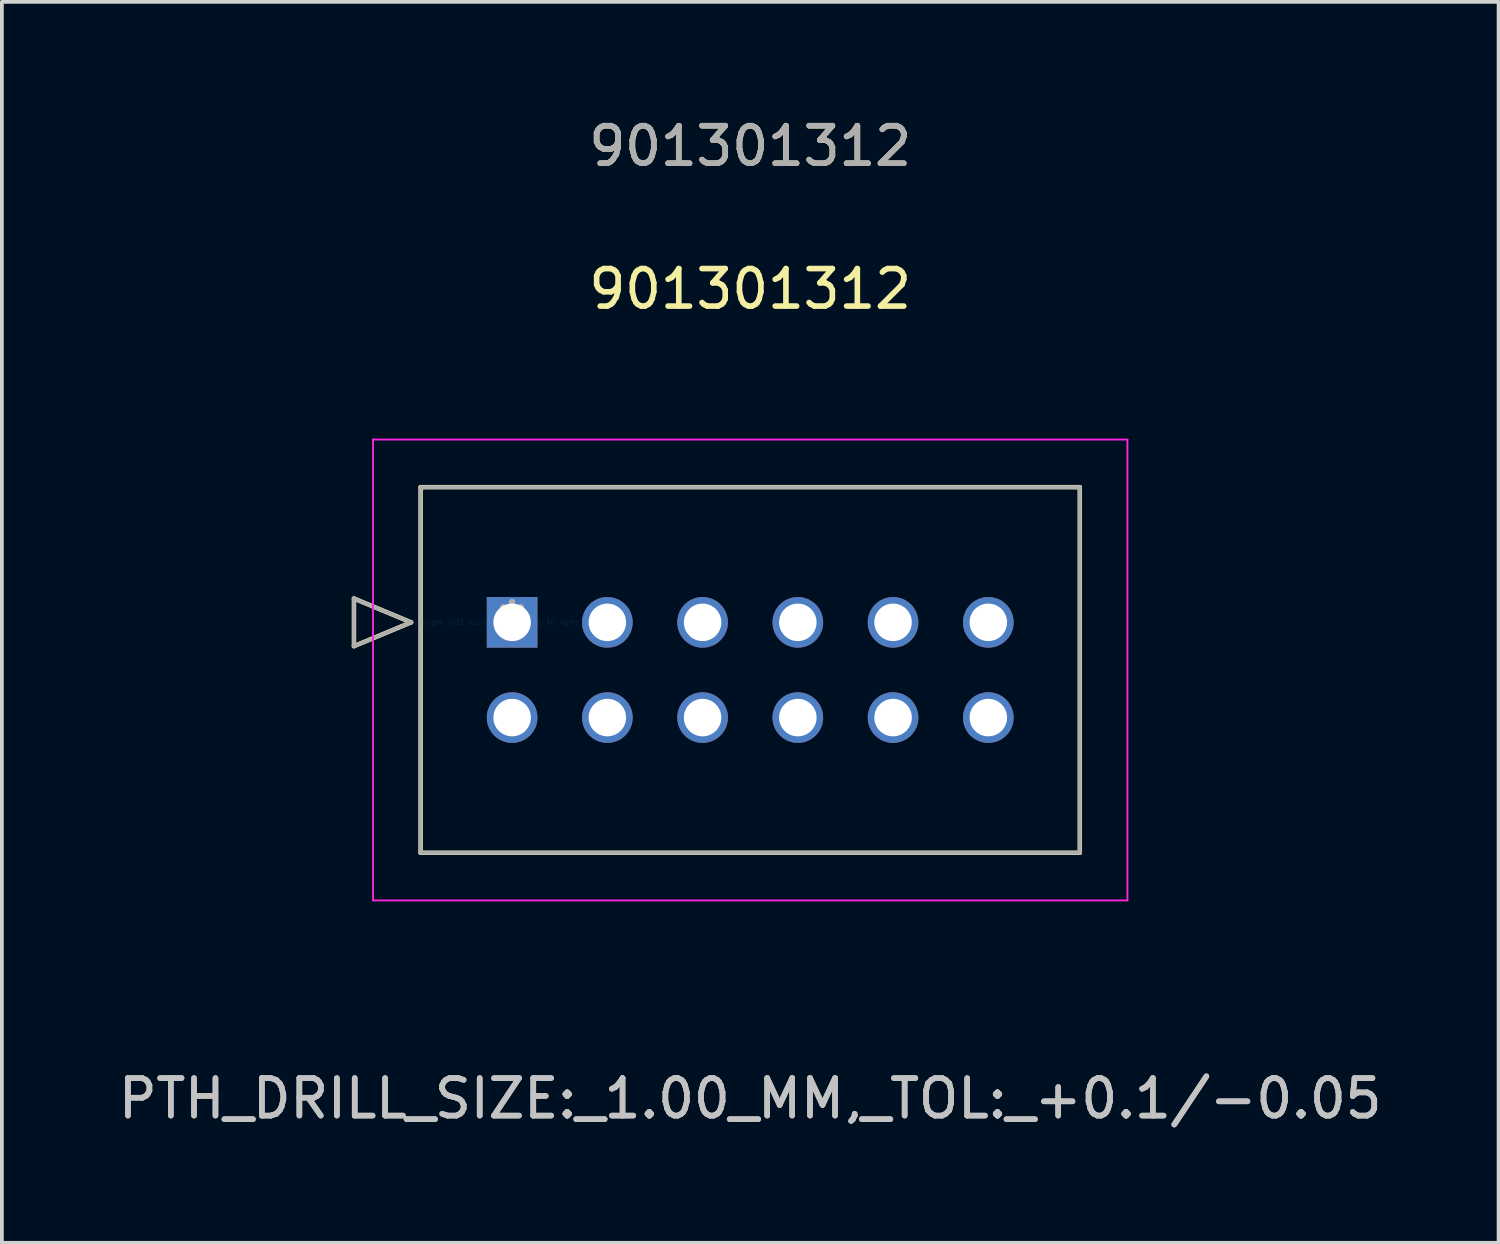
<source format=kicad_pcb>
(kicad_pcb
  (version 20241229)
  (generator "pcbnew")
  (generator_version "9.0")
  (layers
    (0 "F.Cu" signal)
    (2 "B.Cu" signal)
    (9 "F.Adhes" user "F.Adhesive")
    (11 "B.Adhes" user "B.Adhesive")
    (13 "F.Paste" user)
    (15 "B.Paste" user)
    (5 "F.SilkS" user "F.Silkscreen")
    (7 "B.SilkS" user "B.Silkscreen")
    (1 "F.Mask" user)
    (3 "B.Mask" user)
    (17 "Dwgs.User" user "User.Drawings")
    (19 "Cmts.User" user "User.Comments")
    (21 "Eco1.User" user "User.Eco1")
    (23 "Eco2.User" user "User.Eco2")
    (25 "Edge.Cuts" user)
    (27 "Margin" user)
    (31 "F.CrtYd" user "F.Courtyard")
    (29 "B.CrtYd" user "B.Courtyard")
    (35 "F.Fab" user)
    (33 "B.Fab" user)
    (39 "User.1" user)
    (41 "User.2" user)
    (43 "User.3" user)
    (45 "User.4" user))
  (footprint "901301312"
    (layer "F.Cu")
    (at 10.608 13.548)
    (property "Reference" "901301312" (at 6.35 -8.89 0) (layer "F.SilkS") (effects (font (size 1 1) (thickness 0.15))))
    (attr through_hole)
    (fp_line (start -4.218 -0.635) (end -4.218 0.635) (stroke (width 0.12) (type solid)) (layer "F.SilkS"))
    (fp_line (start -4.218 0.635) (end -2.694 0) (stroke (width 0.12) (type solid)) (layer "F.SilkS"))
    (fp_line (start -2.694 0) (end -4.218 -0.635) (stroke (width 0.12) (type solid)) (layer "F.SilkS"))
    (fp_line (start -2.44 -3.605) (end -2.44 6.145) (stroke (width 0.12) (type solid)) (layer "F.SilkS"))
    (fp_line (start -2.44 6.145) (end 15.14 6.145) (stroke (width 0.12) (type solid)) (layer "F.SilkS"))
    (fp_line (start 15.14 -3.605) (end -2.44 -3.605) (stroke (width 0.12) (type solid)) (layer "F.SilkS"))
    (fp_line (start 15.14 6.145) (end 15.14 -3.605) (stroke (width 0.12) (type solid)) (layer "F.SilkS"))
    (fp_line (start -3.71 -4.875) (end -3.71 7.415) (stroke (width 0.05) (type solid)) (layer "F.CrtYd"))
    (fp_line (start -3.71 7.415) (end 16.41 7.415) (stroke (width 0.05) (type solid)) (layer "F.CrtYd"))
    (fp_line (start 16.41 -4.875) (end -3.71 -4.875) (stroke (width 0.05) (type solid)) (layer "F.CrtYd"))
    (fp_line (start 16.41 7.415) (end 16.41 -4.875) (stroke (width 0.05) (type solid)) (layer "F.CrtYd"))
    (fp_line (start -4.218 -0.635) (end -4.218 0.635) (stroke (width 0.1) (type solid)) (layer "F.Fab"))
    (fp_line (start -4.218 0.635) (end -2.694 0) (stroke (width 0.1) (type solid)) (layer "F.Fab"))
    (fp_line (start -2.694 0) (end -4.218 -0.635) (stroke (width 0.1) (type solid)) (layer "F.Fab"))
    (fp_line (start -2.44 -3.605) (end -2.44 6.145) (stroke (width 0.1) (type solid)) (layer "F.Fab"))
    (fp_line (start -2.44 6.145) (end 15.14 6.145) (stroke (width 0.1) (type solid)) (layer "F.Fab"))
    (fp_line (start 15.14 -3.605) (end -2.44 -3.605) (stroke (width 0.1) (type solid)) (layer "F.Fab"))
    (fp_line (start 15.14 6.145) (end 15.14 -3.605) (stroke (width 0.1) (type solid)) (layer "F.Fab"))
    (fp_text user "*" (at 0 0 0) (layer "F.SilkS") (effects (font (size 1 1) (thickness 0.15))))
    (fp_text user "901301312" (at 6.35 -12.7 0) (layer "F.SilkS") (effects (font (size 1 1) (thickness 0.15))))
    (fp_text user "PTH_DRILL_SIZE:_1.00_MM,_TOL:_+0.1/-0.05" (at 6.35 12.7 0) (layer "Dwgs.User") (effects (font (size 1 1) (thickness 0.15))))
    (fp_text user "PTH_DRILL_SIZE:_1.00_MM,_TOL:_+0.1/-0.05" (at 6.35 12.7 0) (layer "Dwgs.User") (effects (font (size 1 1) (thickness 0.15))))
    (fp_text user "Copyright 2021 Accelerated Designs. All rights reserved." (at 0 0 0) (layer "Cmts.User") (effects (font (size 0.127 0.127) (thickness 0.002))))
    (fp_text user "901301312" (at 6.35 -12.7 0) (layer "F.Fab") (effects (font (size 1 1) (thickness 0.15))))
    (fp_text user "*" (at 0 0 0) (layer "F.Fab") (effects (font (size 1 1) (thickness 0.15))))
    (pad "1" thru_hole rect (at 0 0) (size 1.35 1.35) (drill 1) (layers "*.Cu" "*.Mask"))
    (pad "2" thru_hole circle (at 0 2.54) (size 1.35 1.35) (drill 1) (layers "*.Cu" "*.Mask"))
    (pad "3" thru_hole circle (at 2.54 0 90) (size 1.35 1.35) (drill 1) (layers "*.Cu" "*.Mask"))
    (pad "4" thru_hole circle (at 2.54 2.54 90) (size 1.35 1.35) (drill 1) (layers "*.Cu" "*.Mask"))
    (pad "5" thru_hole circle (at 5.08 0 90) (size 1.35 1.35) (drill 1) (layers "*.Cu" "*.Mask"))
    (pad "6" thru_hole circle (at 5.08 2.54 90) (size 1.35 1.35) (drill 1) (layers "*.Cu" "*.Mask"))
    (pad "7" thru_hole circle (at 7.62 0 90) (size 1.35 1.35) (drill 1) (layers "*.Cu" "*.Mask"))
    (pad "8" thru_hole circle (at 7.62 2.54 90) (size 1.35 1.35) (drill 1) (layers "*.Cu" "*.Mask"))
    (pad "9" thru_hole circle (at 10.16 0 90) (size 1.35 1.35) (drill 1) (layers "*.Cu" "*.Mask"))
    (pad "10" thru_hole circle (at 10.16 2.54 90) (size 1.35 1.35) (drill 1) (layers "*.Cu" "*.Mask"))
    (pad "11" thru_hole circle (at 12.7 0 90) (size 1.35 1.35) (drill 1) (layers "*.Cu" "*.Mask"))
    (pad "12" thru_hole circle (at 12.7 2.54 90) (size 1.35 1.35) (drill 1) (layers "*.Cu" "*.Mask")))
  (gr_rect
    (start -3 -3)
    (end 36.917 30.096)
    (stroke (width 0.1) (type default))
    (fill no)
    (layer "Edge.Cuts")))
</source>
